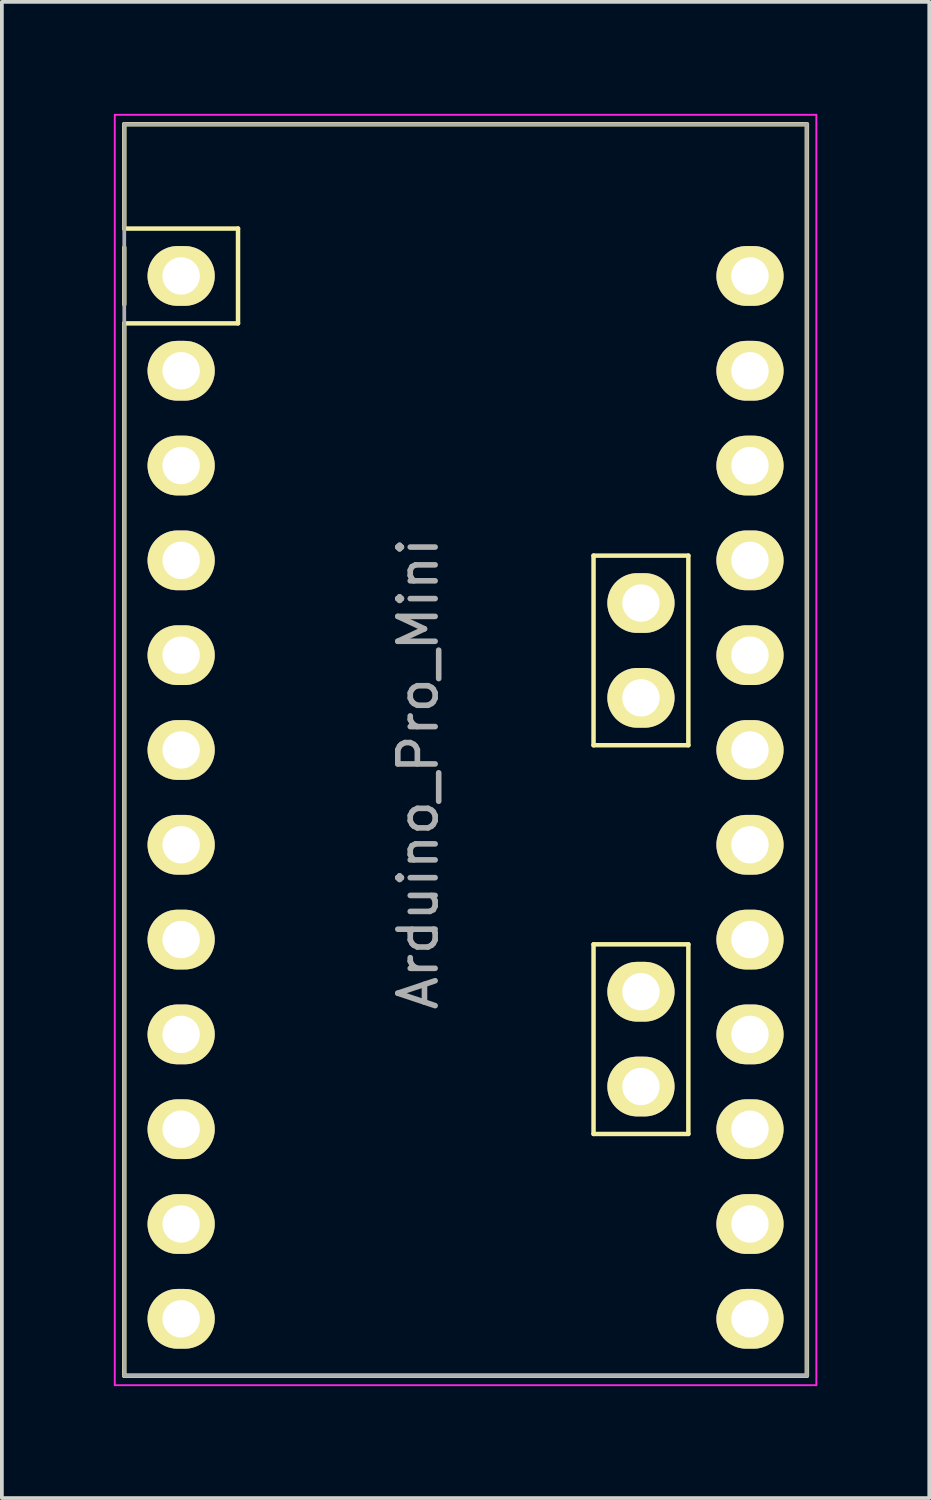
<source format=kicad_pcb>
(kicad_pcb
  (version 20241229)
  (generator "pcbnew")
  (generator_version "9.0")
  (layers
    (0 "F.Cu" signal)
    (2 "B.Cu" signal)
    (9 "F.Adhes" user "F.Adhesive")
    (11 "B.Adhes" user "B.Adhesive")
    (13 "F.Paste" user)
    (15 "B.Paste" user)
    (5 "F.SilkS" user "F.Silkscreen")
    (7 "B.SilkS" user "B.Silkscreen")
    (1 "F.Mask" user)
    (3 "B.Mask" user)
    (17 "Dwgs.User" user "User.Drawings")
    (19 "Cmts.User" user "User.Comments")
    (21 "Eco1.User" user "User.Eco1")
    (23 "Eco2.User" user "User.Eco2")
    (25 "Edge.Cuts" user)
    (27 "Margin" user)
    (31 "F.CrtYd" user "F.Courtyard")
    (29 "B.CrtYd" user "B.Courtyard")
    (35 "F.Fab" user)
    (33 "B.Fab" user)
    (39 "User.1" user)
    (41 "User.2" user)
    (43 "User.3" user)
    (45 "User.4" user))
  (footprint "Arduino_Pro_Mini"
    (layer "F.Cu")
    (at 1.803 4.343)
    (property "Reference" "Arduino_Pro_Mini" (at 6.35 13.335 90) (layer "F.Fab") (effects (font (size 1 1) (thickness 0.15))))
    (attr through_hole)
    (fp_line (start -1.524 -4.064) (end -1.524 -1.27) (stroke (width 0.12) (type solid)) (layer "F.SilkS"))
    (fp_line (start -1.524 -1.27) (end 1.524 -1.27) (stroke (width 0.12) (type solid)) (layer "F.SilkS"))
    (fp_line (start -1.524 0.762) (end -1.524 -0.762) (stroke (width 0.12) (type solid)) (layer "F.SilkS"))
    (fp_line (start -1.524 1.27) (end -1.524 29.464) (stroke (width 0.12) (type solid)) (layer "F.SilkS"))
    (fp_line (start 1.524 -1.27) (end 1.524 1.27) (stroke (width 0.12) (type solid)) (layer "F.SilkS"))
    (fp_line (start 1.524 1.27) (end -1.524 1.27) (stroke (width 0.12) (type solid)) (layer "F.SilkS"))
    (fp_line (start 11.049 7.493) (end 13.589 7.493) (stroke (width 0.12) (type solid)) (layer "F.SilkS"))
    (fp_line (start 11.049 12.573) (end 11.049 7.493) (stroke (width 0.12) (type solid)) (layer "F.SilkS"))
    (fp_line (start 11.049 17.907) (end 13.589 17.907) (stroke (width 0.12) (type solid)) (layer "F.SilkS"))
    (fp_line (start 11.049 22.987) (end 11.049 17.907) (stroke (width 0.12) (type solid)) (layer "F.SilkS"))
    (fp_line (start 13.589 7.493) (end 13.589 12.573) (stroke (width 0.12) (type solid)) (layer "F.SilkS"))
    (fp_line (start 13.589 12.573) (end 11.049 12.573) (stroke (width 0.12) (type solid)) (layer "F.SilkS"))
    (fp_line (start 13.589 17.907) (end 13.589 22.987) (stroke (width 0.12) (type solid)) (layer "F.SilkS"))
    (fp_line (start 13.589 22.987) (end 11.049 22.987) (stroke (width 0.12) (type solid)) (layer "F.SilkS"))
    (fp_line (start 16.764 -4.064) (end -1.524 -4.064) (stroke (width 0.12) (type solid)) (layer "F.SilkS"))
    (fp_line (start 16.764 29.464) (end -1.524 29.464) (stroke (width 0.12) (type solid)) (layer "F.SilkS"))
    (fp_line (start 16.764 29.464) (end 16.764 -4.064) (stroke (width 0.12) (type solid)) (layer "F.SilkS"))
    (fp_line (start -1.778 -4.318) (end -1.778 29.718) (stroke (width 0.05) (type solid)) (layer "F.CrtYd"))
    (fp_line (start -1.778 29.718) (end 17.018 29.718) (stroke (width 0.05) (type solid)) (layer "F.CrtYd"))
    (fp_line (start 17.018 -4.318) (end -1.778 -4.318) (stroke (width 0.05) (type solid)) (layer "F.CrtYd"))
    (fp_line (start 17.018 29.718) (end 17.018 -4.318) (stroke (width 0.05) (type solid)) (layer "F.CrtYd"))
    (fp_line (start -1.524 -4.064) (end -1.524 29.464) (stroke (width 0.1) (type solid)) (layer "F.Fab"))
    (fp_line (start -1.524 29.464) (end 16.764 29.464) (stroke (width 0.1) (type solid)) (layer "F.Fab"))
    (fp_line (start 16.764 -4.064) (end -1.524 -4.064) (stroke (width 0.1) (type solid)) (layer "F.Fab"))
    (fp_line (start 16.764 29.464) (end 16.764 -4.064) (stroke (width 0.1) (type solid)) (layer "F.Fab"))
    (pad "1" thru_hole oval (at 0 0 270) (size 1.6 1.8) (drill 1) (layers "*.Cu" "*.Mask" "F.SilkS"))
    (pad "2" thru_hole oval (at 0 2.54 270) (size 1.6 1.8) (drill 1) (layers "*.Cu" "*.Mask" "F.SilkS"))
    (pad "3" thru_hole oval (at 0 5.08 270) (size 1.6 1.8) (drill 1) (layers "*.Cu" "*.Mask" "F.SilkS"))
    (pad "4" thru_hole oval (at 0 7.62 270) (size 1.6 1.8) (drill 1) (layers "*.Cu" "*.Mask" "F.SilkS"))
    (pad "5" thru_hole oval (at 0 10.16 270) (size 1.6 1.8) (drill 1) (layers "*.Cu" "*.Mask" "F.SilkS"))
    (pad "6" thru_hole oval (at 0 12.7 270) (size 1.6 1.8) (drill 1) (layers "*.Cu" "*.Mask" "F.SilkS"))
    (pad "7" thru_hole oval (at 0 15.24 270) (size 1.6 1.8) (drill 1) (layers "*.Cu" "*.Mask" "F.SilkS"))
    (pad "8" thru_hole oval (at 0 17.78 270) (size 1.6 1.8) (drill 1) (layers "*.Cu" "*.Mask" "F.SilkS"))
    (pad "9" thru_hole oval (at 0 20.32 270) (size 1.6 1.8) (drill 1) (layers "*.Cu" "*.Mask" "F.SilkS"))
    (pad "10" thru_hole oval (at 0 22.86 270) (size 1.6 1.8) (drill 1) (layers "*.Cu" "*.Mask" "F.SilkS"))
    (pad "11" thru_hole oval (at 0 25.4 270) (size 1.6 1.8) (drill 1) (layers "*.Cu" "*.Mask" "F.SilkS"))
    (pad "12" thru_hole oval (at 0 27.94 270) (size 1.6 1.8) (drill 1) (layers "*.Cu" "*.Mask" "F.SilkS"))
    (pad "13" thru_hole oval (at 15.24 27.94 270) (size 1.6 1.8) (drill 1) (layers "*.Cu" "*.Mask" "F.SilkS"))
    (pad "14" thru_hole oval (at 15.24 25.4 270) (size 1.6 1.8) (drill 1) (layers "*.Cu" "*.Mask" "F.SilkS"))
    (pad "15" thru_hole oval (at 15.24 22.86 270) (size 1.6 1.8) (drill 1) (layers "*.Cu" "*.Mask" "F.SilkS"))
    (pad "16" thru_hole oval (at 15.24 20.32 270) (size 1.6 1.8) (drill 1) (layers "*.Cu" "*.Mask" "F.SilkS"))
    (pad "17" thru_hole oval (at 12.319 21.717 270) (size 1.6 1.8) (drill 1) (layers "*.Cu" "*.Mask" "F.SilkS"))
    (pad "18" thru_hole oval (at 12.319 19.177 270) (size 1.6 1.8) (drill 1) (layers "*.Cu" "*.Mask" "F.SilkS"))
    (pad "19" thru_hole oval (at 15.24 17.78 270) (size 1.6 1.8) (drill 1) (layers "*.Cu" "*.Mask" "F.SilkS"))
    (pad "20" thru_hole oval (at 15.24 15.24 270) (size 1.6 1.8) (drill 1) (layers "*.Cu" "*.Mask" "F.SilkS"))
    (pad "21" thru_hole oval (at 15.24 12.7 270) (size 1.6 1.8) (drill 1) (layers "*.Cu" "*.Mask" "F.SilkS"))
    (pad "22" thru_hole oval (at 15.24 10.16 270) (size 1.6 1.8) (drill 1) (layers "*.Cu" "*.Mask" "F.SilkS"))
    (pad "23" thru_hole oval (at 12.319 11.303 270) (size 1.6 1.8) (drill 1) (layers "*.Cu" "*.Mask" "F.SilkS"))
    (pad "24" thru_hole oval (at 12.319 8.763 270) (size 1.6 1.8) (drill 1) (layers "*.Cu" "*.Mask" "F.SilkS"))
    (pad "25" thru_hole oval (at 15.24 7.62 270) (size 1.6 1.8) (drill 1) (layers "*.Cu" "*.Mask" "F.SilkS"))
    (pad "26" thru_hole oval (at 15.24 5.08 270) (size 1.6 1.8) (drill 1) (layers "*.Cu" "*.Mask" "F.SilkS"))
    (pad "27" thru_hole oval (at 15.24 2.54 270) (size 1.6 1.8) (drill 1) (layers "*.Cu" "*.Mask" "F.SilkS"))
    (pad "28" thru_hole oval (at 15.24 0 270) (size 1.6 1.8) (drill 1) (layers "*.Cu" "*.Mask" "F.SilkS")))
  (gr_rect
    (start -3 -3)
    (end 21.846 37.086)
    (stroke (width 0.1) (type default))
    (fill no)
    (layer "Edge.Cuts")))
</source>
